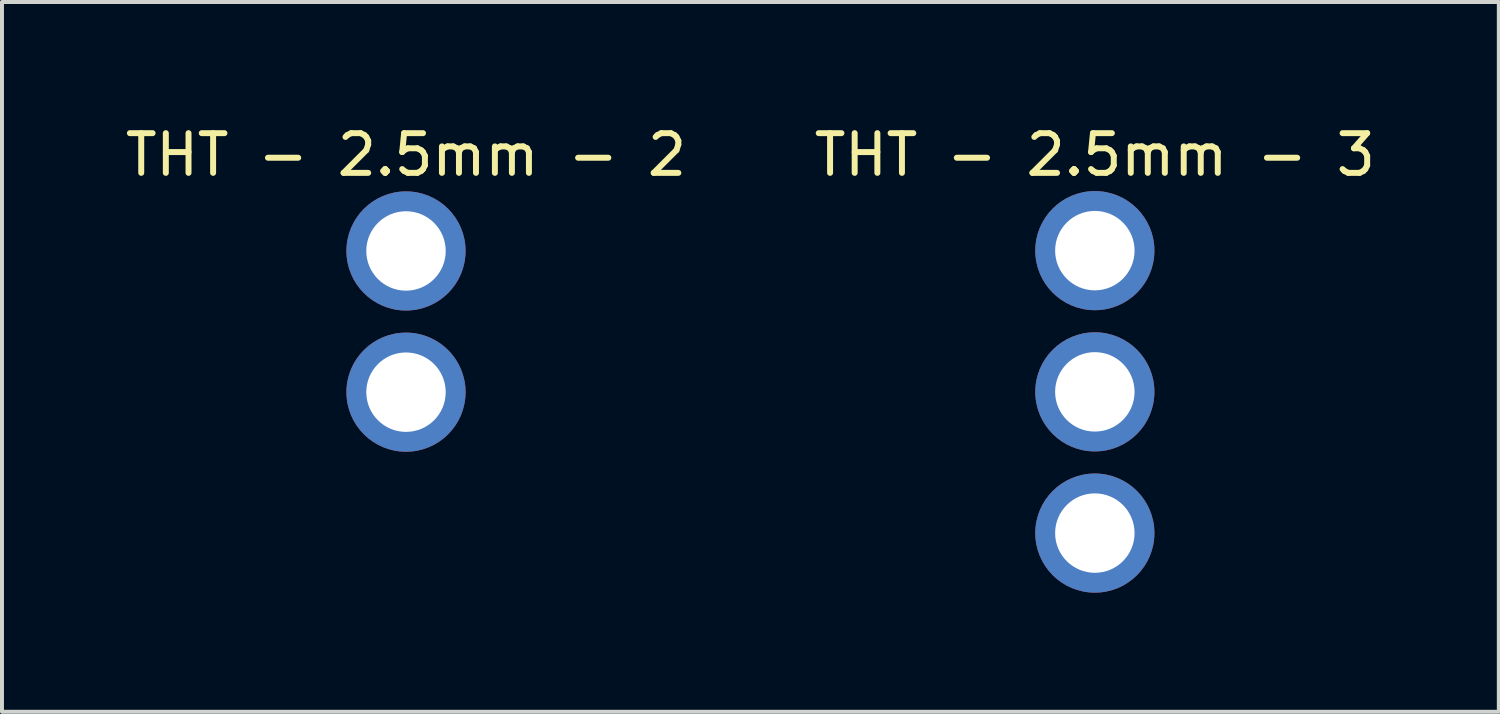
<source format=kicad_pcb>
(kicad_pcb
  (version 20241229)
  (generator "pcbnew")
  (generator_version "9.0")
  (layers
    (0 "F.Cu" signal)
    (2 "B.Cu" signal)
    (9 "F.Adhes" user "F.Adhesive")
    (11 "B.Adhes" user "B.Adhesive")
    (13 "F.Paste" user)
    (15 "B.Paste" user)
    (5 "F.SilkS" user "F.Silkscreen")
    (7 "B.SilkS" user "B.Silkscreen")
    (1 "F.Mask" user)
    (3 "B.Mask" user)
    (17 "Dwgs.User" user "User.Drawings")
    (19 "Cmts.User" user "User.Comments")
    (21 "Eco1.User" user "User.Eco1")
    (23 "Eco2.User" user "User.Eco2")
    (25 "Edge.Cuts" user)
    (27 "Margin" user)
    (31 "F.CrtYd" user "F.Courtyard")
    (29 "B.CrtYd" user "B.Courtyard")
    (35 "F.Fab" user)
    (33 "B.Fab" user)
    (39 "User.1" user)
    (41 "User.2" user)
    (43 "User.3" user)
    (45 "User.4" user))
  (footprint "THT - 2.5mm - 3"
    (layer "F.Cu")
    (at 24.518 6.817)
    (property "Reference" "THT - 2.5mm - 3" (at 0 -5.969 0) (layer "F.SilkS") (effects (font (size 1 1) (thickness 0.15))))
    (attr through_hole)
    (pad "1" thru_hole circle (at 0 -3.556) (size 3 3) (drill 2) (layers "*.Cu" "*.Mask"))
    (pad "2" thru_hole circle (at 0 0) (size 3 3) (drill 2) (layers "*.Cu" "*.Mask"))
    (pad "3" thru_hole circle (at 0 3.556) (size 3 3) (drill 2) (layers "*.Cu" "*.Mask")))
  (footprint "THT - 2.5mm - 2"
    (layer "F.Cu")
    (at 7.173 5.047)
    (property "Reference" "THT - 2.5mm - 2" (at 0 -4.199 0) (layer "F.SilkS") (effects (font (size 1 1) (thickness 0.15))))
    (attr through_hole)
    (pad "1" thru_hole circle (at 0 -1.778) (size 3 3) (drill 2) (layers "*.Cu" "*.Mask"))
    (pad "2" thru_hole circle (at 0 1.778) (size 3 3) (drill 2) (layers "*.Cu" "*.Mask")))
  (gr_rect
    (start -3 -3)
    (end 34.69 14.873)
    (stroke (width 0.1) (type default))
    (fill no)
    (layer "Edge.Cuts")))
</source>
